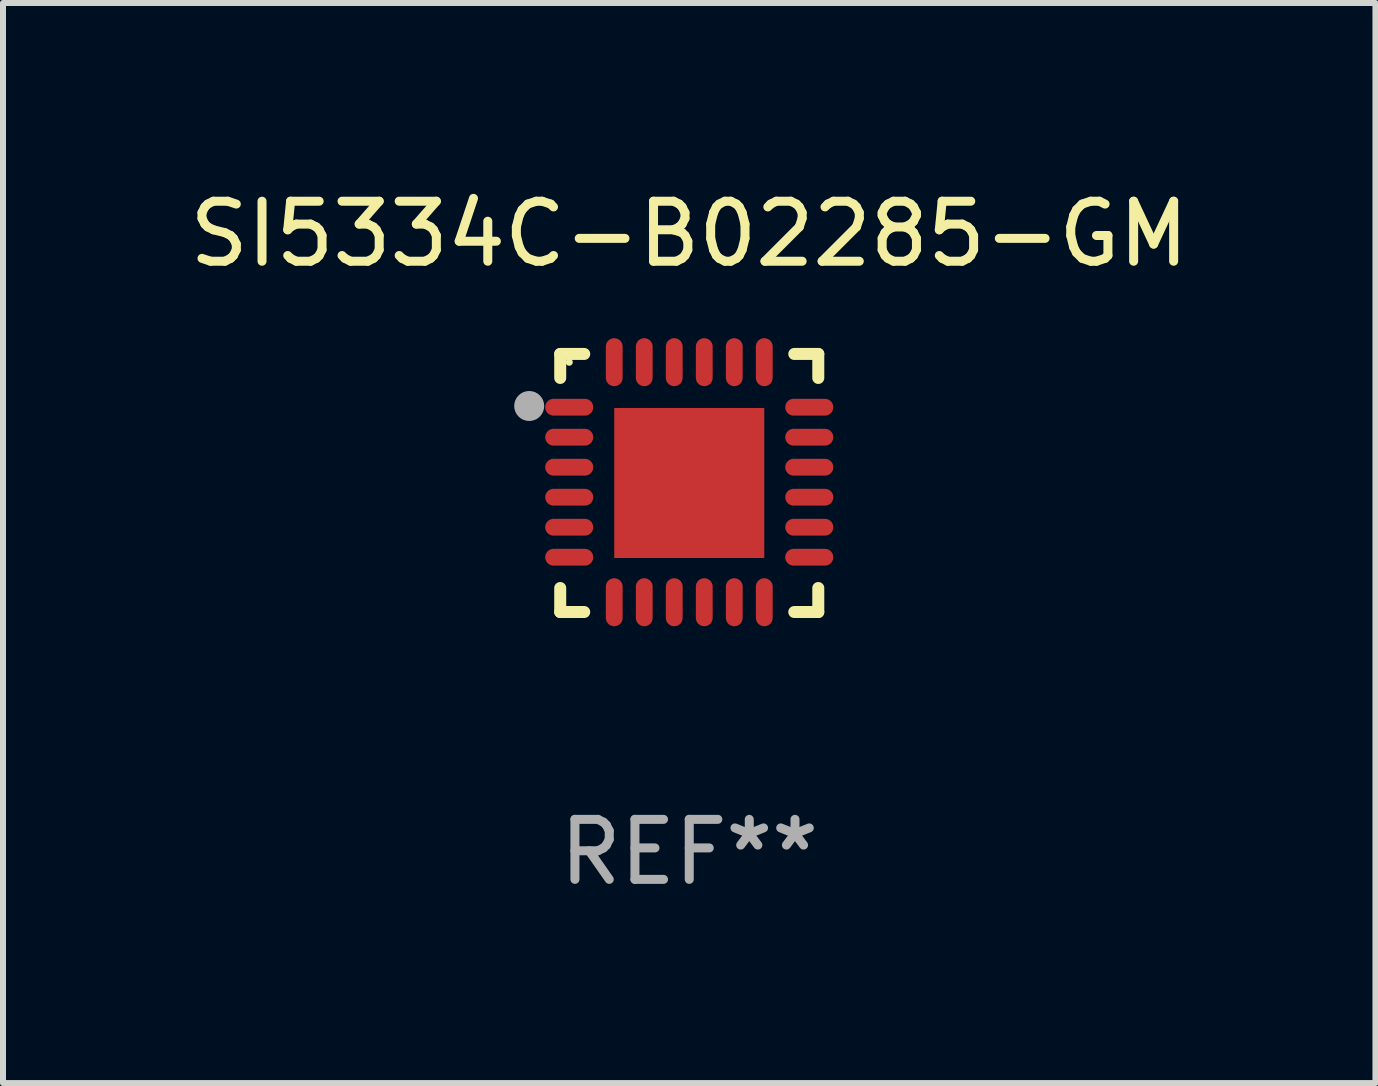
<source format=kicad_pcb>
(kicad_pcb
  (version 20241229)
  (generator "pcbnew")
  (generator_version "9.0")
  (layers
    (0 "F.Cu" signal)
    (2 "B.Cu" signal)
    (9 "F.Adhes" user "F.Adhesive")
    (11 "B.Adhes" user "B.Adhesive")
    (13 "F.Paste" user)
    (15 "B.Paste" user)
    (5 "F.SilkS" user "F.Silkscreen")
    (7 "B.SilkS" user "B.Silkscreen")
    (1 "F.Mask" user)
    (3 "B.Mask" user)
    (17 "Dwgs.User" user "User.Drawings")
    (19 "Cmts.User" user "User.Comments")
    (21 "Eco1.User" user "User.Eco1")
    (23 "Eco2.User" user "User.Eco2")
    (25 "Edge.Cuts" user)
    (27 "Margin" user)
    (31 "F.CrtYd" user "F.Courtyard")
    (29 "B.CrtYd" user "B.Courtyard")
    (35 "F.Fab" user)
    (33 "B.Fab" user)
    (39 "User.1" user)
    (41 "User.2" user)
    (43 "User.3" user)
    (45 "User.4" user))
  (footprint "SI5334C-B02285-GM"
    (layer "F.Cu")
    (at 8.435 4.998)
    (property "Reference" "SI5334C-B02285-GM" (at 0 -4.15 0) (layer "F.SilkS") (effects (font (size 1 1) (thickness 0.15))))
    (attr through_hole)
    (fp_line (start -2.15 -2.15) (end -1.75 -2.15) (stroke (width 0.2) (type solid)) (layer "F.SilkS"))
    (fp_line (start -2.15 -1.75) (end -2.15 -2.15) (stroke (width 0.2) (type solid)) (layer "F.SilkS"))
    (fp_line (start -2.15 2.15) (end -2.15 1.75) (stroke (width 0.2) (type solid)) (layer "F.SilkS"))
    (fp_line (start -1.75 2.15) (end -2.15 2.15) (stroke (width 0.2) (type solid)) (layer "F.SilkS"))
    (fp_line (start 1.75 -2.15) (end 2.15 -2.15) (stroke (width 0.2) (type solid)) (layer "F.SilkS"))
    (fp_line (start 1.75 2.15) (end 2.15 2.15) (stroke (width 0.2) (type solid)) (layer "F.SilkS"))
    (fp_line (start 2.15 -2.15) (end 2.15 -1.75) (stroke (width 0.2) (type solid)) (layer "F.SilkS"))
    (fp_line (start 2.15 2.15) (end 2.15 1.75) (stroke (width 0.2) (type solid)) (layer "F.SilkS"))
    (fp_circle (center -2 -2.013) (end -1.97 -2.013) (stroke (width 0.06) (type solid)) (fill no) (layer "F.SilkS"))
    (fp_circle (center -2.667 -1.283) (end -2.542 -1.283) (stroke (width 0.25) (type solid)) (fill no) (layer "F.Fab"))
    (fp_text user "REF**" (at 0 6.15 0) (layer "F.Fab") (effects (font (size 1 1) (thickness 0.15))))
    (pad "1" smd oval (at -2 -1.263) (size 0.8 0.28) (layers "F.Cu" "F.Mask" "F.Paste"))
    (pad "2" smd oval (at -2 -0.763) (size 0.8 0.28) (layers "F.Cu" "F.Mask" "F.Paste"))
    (pad "3" smd oval (at -2 -0.263) (size 0.8 0.28) (layers "F.Cu" "F.Mask" "F.Paste"))
    (pad "4" smd oval (at -2 0.237) (size 0.8 0.28) (layers "F.Cu" "F.Mask" "F.Paste"))
    (pad "5" smd oval (at -2 0.737) (size 0.8 0.28) (layers "F.Cu" "F.Mask" "F.Paste"))
    (pad "6" smd oval (at -2 1.237) (size 0.8 0.28) (layers "F.Cu" "F.Mask" "F.Paste"))
    (pad "7" smd oval (at -1.25 1.987) (size 0.28 0.8) (layers "F.Cu" "F.Mask" "F.Paste"))
    (pad "8" smd oval (at -0.75 1.987) (size 0.28 0.8) (layers "F.Cu" "F.Mask" "F.Paste"))
    (pad "9" smd oval (at -0.25 1.987) (size 0.28 0.8) (layers "F.Cu" "F.Mask" "F.Paste"))
    (pad "10" smd oval (at 0.25 1.987) (size 0.28 0.8) (layers "F.Cu" "F.Mask" "F.Paste"))
    (pad "11" smd oval (at 0.75 1.987) (size 0.28 0.8) (layers "F.Cu" "F.Mask" "F.Paste"))
    (pad "12" smd oval (at 1.25 1.987) (size 0.28 0.8) (layers "F.Cu" "F.Mask" "F.Paste"))
    (pad "13" smd oval (at 2 1.237) (size 0.8 0.28) (layers "F.Cu" "F.Mask" "F.Paste"))
    (pad "14" smd oval (at 2 0.737) (size 0.8 0.28) (layers "F.Cu" "F.Mask" "F.Paste"))
    (pad "15" smd oval (at 2 0.237) (size 0.8 0.28) (layers "F.Cu" "F.Mask" "F.Paste"))
    (pad "16" smd oval (at 2 -0.263) (size 0.8 0.28) (layers "F.Cu" "F.Mask" "F.Paste"))
    (pad "17" smd oval (at 2 -0.763) (size 0.8 0.28) (layers "F.Cu" "F.Mask" "F.Paste"))
    (pad "18" smd oval (at 2 -1.263) (size 0.8 0.28) (layers "F.Cu" "F.Mask" "F.Paste"))
    (pad "19" smd oval (at 1.25 -2.013) (size 0.28 0.8) (layers "F.Cu" "F.Mask" "F.Paste"))
    (pad "20" smd oval (at 0.75 -2.013) (size 0.28 0.8) (layers "F.Cu" "F.Mask" "F.Paste"))
    (pad "21" smd oval (at 0.25 -2.013) (size 0.28 0.8) (layers "F.Cu" "F.Mask" "F.Paste"))
    (pad "22" smd oval (at -0.25 -2.013) (size 0.28 0.8) (layers "F.Cu" "F.Mask" "F.Paste"))
    (pad "23" smd oval (at -0.75 -2.013) (size 0.28 0.8) (layers "F.Cu" "F.Mask" "F.Paste"))
    (pad "24" smd oval (at -1.25 -2.013) (size 0.28 0.8) (layers "F.Cu" "F.Mask" "F.Paste"))
    (pad "25" smd rect (at -0.000127 -0.00014) (size 2.5 2.5) (layers "F.Cu" "F.Mask" "F.Paste")))
  (gr_rect
    (start -3 -3)
    (end 19.869 14.997)
    (stroke (width 0.1) (type default))
    (fill no)
    (layer "Edge.Cuts")))
</source>
